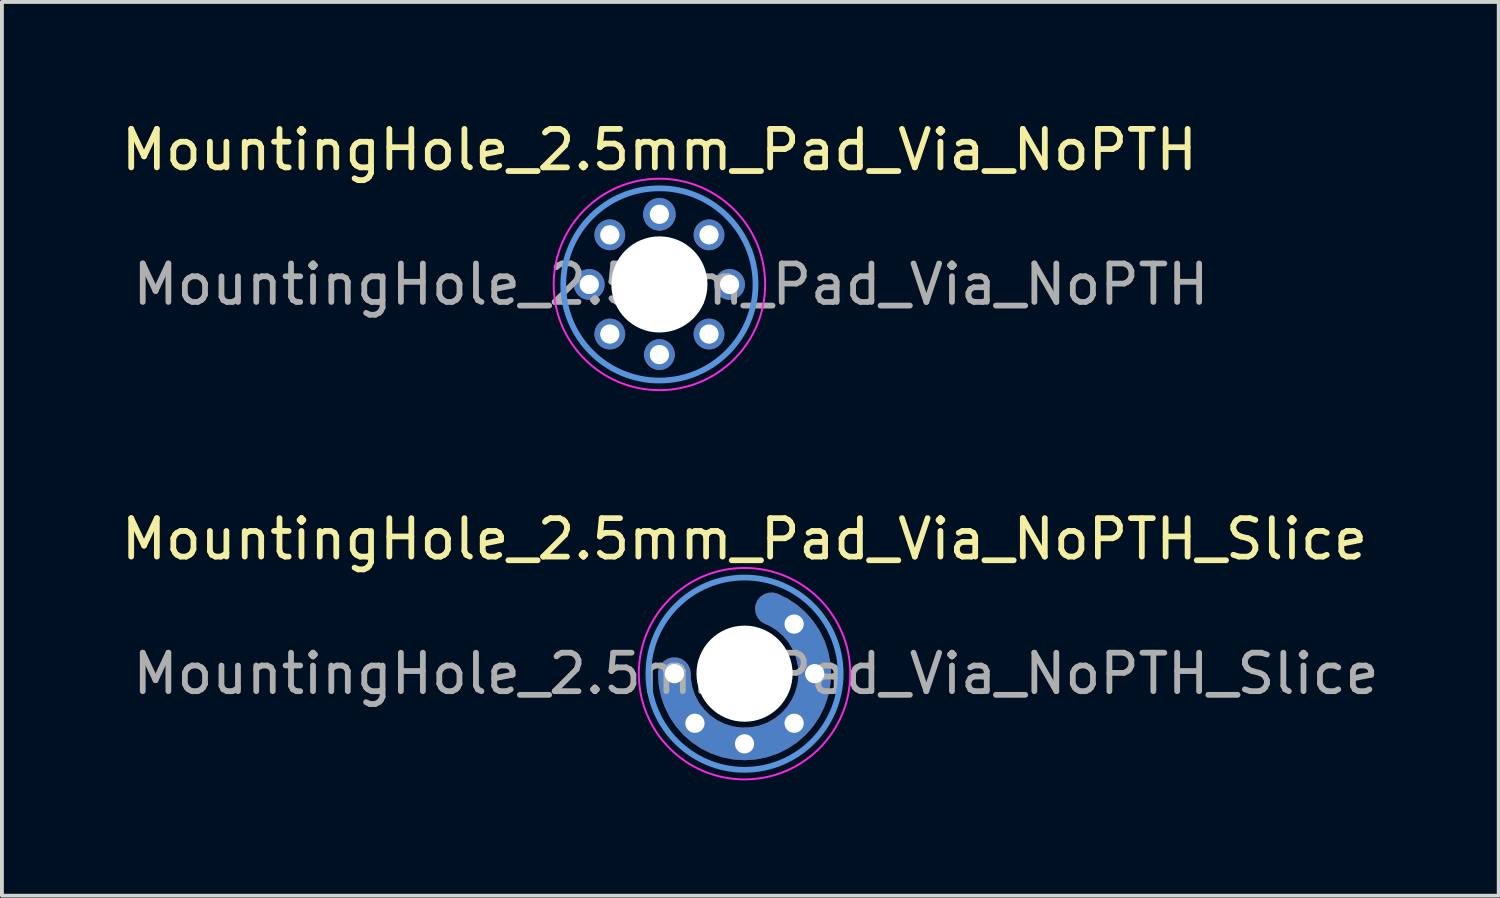
<source format=kicad_pcb>
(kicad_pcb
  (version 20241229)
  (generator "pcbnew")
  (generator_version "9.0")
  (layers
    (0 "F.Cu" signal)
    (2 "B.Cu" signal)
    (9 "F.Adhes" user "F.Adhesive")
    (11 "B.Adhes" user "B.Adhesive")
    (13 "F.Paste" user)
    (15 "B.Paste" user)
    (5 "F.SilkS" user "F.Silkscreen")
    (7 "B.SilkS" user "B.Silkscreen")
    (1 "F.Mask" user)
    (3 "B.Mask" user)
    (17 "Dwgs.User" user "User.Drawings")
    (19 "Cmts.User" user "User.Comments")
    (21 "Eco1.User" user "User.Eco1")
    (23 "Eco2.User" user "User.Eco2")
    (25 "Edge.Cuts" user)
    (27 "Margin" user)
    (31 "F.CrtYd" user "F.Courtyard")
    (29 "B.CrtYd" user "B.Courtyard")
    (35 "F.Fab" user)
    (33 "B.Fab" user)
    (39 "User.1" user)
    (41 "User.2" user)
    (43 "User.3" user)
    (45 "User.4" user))
  (footprint "MountingHole_2.5mm_Pad_Via_NoPTH"
    (layer "F.Cu")
    (at 14.101 4.348)
    (property "Reference" "MountingHole_2.5mm_Pad_Via_NoPTH" (at 0 -3.5 0) (layer "F.SilkS") (effects (font (size 1 1) (thickness 0.15))))
    (attr exclude_from_pos_files exclude_from_bom)
    (fp_circle (center 0 0) (end 2.5 0) (stroke (width 0.15) (type solid)) (fill no) (layer "Cmts.User"))
    (fp_circle (center 0 0) (end 2.75 0) (stroke (width 0.05) (type solid)) (fill no) (layer "F.CrtYd"))
    (fp_text user "${REFERENCE}" (at 0.3 0 0) (layer "F.Fab") (effects (font (size 1 1) (thickness 0.15))))
    (pad "" smd custom (at 0 -1.825) (size 0.25 0.25) (layers "F.Cu" "F.Mask") (options (anchor circle)) (primitives (gr_arc (start 0 0) (mid 0 3.65) (end 0 0) (width 0.85))))
    (pad "" np_thru_hole circle (at 0 0) (size 2.5 2.5) (drill 2.5) (layers "*.Cu" "*.Mask"))
    (pad "1" thru_hole circle (at -1.825 0) (size 0.8 0.8) (drill 0.5) (layers "*.Cu" "*.Mask"))
    (pad "1" thru_hole circle (at -1.29 -1.29) (size 0.8 0.8) (drill 0.5) (layers "*.Cu" "*.Mask"))
    (pad "1" thru_hole circle (at -1.29 1.29) (size 0.8 0.8) (drill 0.5) (layers "*.Cu" "*.Mask"))
    (pad "1" thru_hole circle (at 0 -1.825) (size 0.8 0.8) (drill 0.5) (layers "*.Cu" "*.Mask"))
    (pad "1" thru_hole circle (at 0 1.825) (size 0.8 0.8) (drill 0.5) (layers "*.Cu" "*.Mask"))
    (pad "1" thru_hole circle (at 1.29 -1.29) (size 0.8 0.8) (drill 0.5) (layers "*.Cu" "*.Mask"))
    (pad "1" thru_hole circle (at 1.29 1.29) (size 0.8 0.8) (drill 0.5) (layers "*.Cu" "*.Mask"))
    (pad "1" thru_hole circle (at 1.825 0) (size 0.8 0.8) (drill 0.5) (layers "*.Cu" "*.Mask"))
    (pad "2" smd custom (at 0 -1.825) (size 0.25 0.25) (layers "B.Cu" "B.Mask") (options (anchor circle)) (primitives (gr_arc (start 0 0) (mid 0 3.65) (end 0 0) (width 0.85)))))
  (footprint "MountingHole_2.5mm_Pad_Via_NoPTH_Slice"
    (layer "F.Cu")
    (at 16.315 14.472)
    (property "Reference" "MountingHole_2.5mm_Pad_Via_NoPTH_Slice" (at 0 -3.5 0) (layer "F.SilkS") (effects (font (size 1 1) (thickness 0.15))))
    (attr exclude_from_pos_files exclude_from_bom)
    (fp_circle (center 0 0) (end 2.5 0) (stroke (width 0.15) (type solid)) (fill no) (layer "Cmts.User"))
    (fp_circle (center 0 0) (end 2.75 0) (stroke (width 0.05) (type solid)) (fill no) (layer "F.CrtYd"))
    (fp_text user "${REFERENCE}" (at 0.3 0 0) (layer "F.Fab") (effects (font (size 1 1) (thickness 0.15))))
    (pad "" np_thru_hole circle (at 0 0) (size 2.5 2.5) (drill 2.5) (layers "*.Cu" "*.Mask"))
    (pad "1" smd custom (at -1.825 0) (size 0.25 0.25) (layers "F.Cu" "F.Mask") (options (anchor circle)) (primitives (gr_arc (start 2.523397 -1.68608) (mid 2.838916 1.517432) (end 0 0) (width 0.85))))
    (pad "1" smd custom (at -1.825 0) (size 0.25 0.25) (layers "B.Cu" "B.Mask") (options (anchor circle)) (primitives (gr_arc (start 2.523397 -1.68608) (mid 2.838916 1.517432) (end 0 0) (width 0.85))))
    (pad "1" thru_hole circle (at -1.825 0) (size 0.8 0.8) (drill 0.5) (layers "*.Cu" "*.Mask"))
    (pad "1" thru_hole circle (at -1.29 1.29) (size 0.8 0.8) (drill 0.5) (layers "*.Cu" "*.Mask"))
    (pad "1" thru_hole circle (at 0 1.825) (size 0.8 0.8) (drill 0.5) (layers "*.Cu" "*.Mask"))
    (pad "1" thru_hole circle (at 1.29 -1.29) (size 0.8 0.8) (drill 0.5) (layers "*.Cu" "*.Mask"))
    (pad "1" thru_hole circle (at 1.29 1.29) (size 0.8 0.8) (drill 0.5) (layers "*.Cu" "*.Mask"))
    (pad "1" thru_hole circle (at 1.825 0) (size 0.8 0.8) (drill 0.5) (layers "*.Cu" "*.Mask")))
  (gr_rect
    (start -3 -3)
    (end 35.931 20.247)
    (stroke (width 0.1) (type default))
    (fill no)
    (layer "Edge.Cuts")))
</source>
